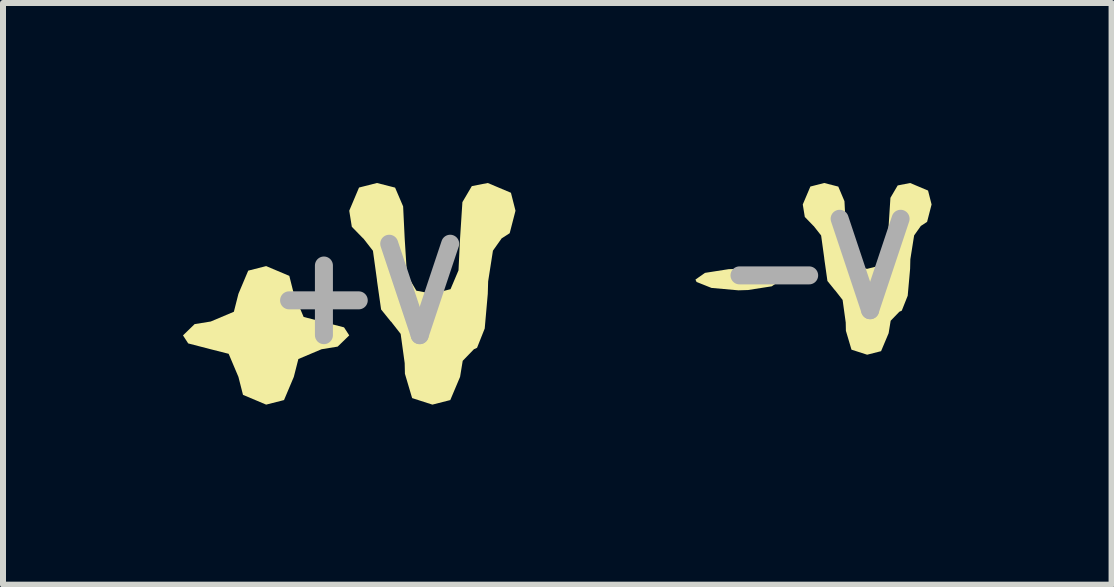
<source format=kicad_pcb>
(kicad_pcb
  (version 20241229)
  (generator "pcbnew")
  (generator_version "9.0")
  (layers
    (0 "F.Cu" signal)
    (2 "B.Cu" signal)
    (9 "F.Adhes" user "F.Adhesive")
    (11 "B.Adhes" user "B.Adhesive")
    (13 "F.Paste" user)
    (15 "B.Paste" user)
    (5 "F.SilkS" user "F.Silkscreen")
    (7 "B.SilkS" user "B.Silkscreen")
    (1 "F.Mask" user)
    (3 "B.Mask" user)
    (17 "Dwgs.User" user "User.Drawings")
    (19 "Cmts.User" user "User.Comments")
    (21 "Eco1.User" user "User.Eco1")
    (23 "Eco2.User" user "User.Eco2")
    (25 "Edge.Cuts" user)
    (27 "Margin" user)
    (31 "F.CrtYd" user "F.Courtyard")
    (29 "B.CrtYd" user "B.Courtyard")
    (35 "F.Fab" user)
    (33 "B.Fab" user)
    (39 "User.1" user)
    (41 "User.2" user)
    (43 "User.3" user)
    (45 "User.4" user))
  (footprint "+V"
    (layer "F.Cu")
    (at 3.002 1.847)
    (property "Reference" "+V" (at 0 0 0) (layer "F.Fab") (effects (font (size 1.524 1.524) (thickness 0.3))))
    (attr board_only exclude_from_pos_files exclude_from_bom)
    (fp_poly (pts (xy -1.23 -0.299) (xy -1.155 0) (xy -0.991 0.386) (xy -0.693 0.462) (xy -0.318 0.559) (xy -0.231 0.693) (xy -0.424 0.88) (xy -0.693 0.924) (xy -1.079 1.087) (xy -1.155 1.385) (xy -1.318 1.771) (xy -1.616 1.847) (xy -2.002 1.684) (xy -2.078 1.385) (xy -2.241 1) (xy -2.54 0.924) (xy -2.915 0.827) (xy -3.002 0.693) (xy -2.808 0.505) (xy -2.54 0.462) (xy -2.154 0.299) (xy -2.078 0) (xy -1.915 -0.386) (xy -1.616 -0.462)) (stroke (width 0) (type solid)) (fill yes) (layer "F.SilkS"))
    (fp_poly (pts (xy 2.464 -1.684) (xy 2.54 -1.385) (xy 2.443 -1.01) (xy 2.309 -0.924) (xy 2.164 -0.719) (xy 2.084 -0.207) (xy 2.078 0) (xy 2.027 0.578) (xy 1.899 0.9) (xy 1.847 0.924) (xy 1.66 1.117) (xy 1.616 1.385) (xy 1.453 1.771) (xy 1.155 1.847) (xy 0.817 1.738) (xy 0.697 1.333) (xy 0.693 1.155) (xy 0.626 0.668) (xy 0.465 0.462) (xy 0.462 0.462) (xy 0.3 0.261) (xy 0.231 -0.222) (xy 0.231 -0.231) (xy 0.164 -0.717) (xy 0.003 -0.924) (xy 0 -0.924) (xy -0.188 -1.117) (xy -0.231 -1.385) (xy -0.068 -1.771) (xy 0.231 -1.847) (xy 0.533 -1.77) (xy 0.667 -1.457) (xy 0.693 -0.924) (xy 0.731 -0.319) (xy 0.888 -0.052) (xy 1.155 0) (xy 1.457 -0.077) (xy 1.59 -0.391) (xy 1.616 -0.924) (xy 1.655 -1.528) (xy 1.812 -1.795) (xy 2.078 -1.847)) (stroke (width 0) (type solid)) (fill yes) (layer "F.SilkS")))
  (footprint "-V"
    (layer "F.Cu")
    (at 10.509 1.431)
    (property "Reference" "-V" (at 0 0 0) (layer "F.Fab") (effects (font (size 1.524 1.524) (thickness 0.3))))
    (attr board_only exclude_from_pos_files exclude_from_bom)
    (fp_poly (pts (xy -0.804 0.04) (xy -0.555 0.139) (xy -0.537 0.179) (xy -0.695 0.291) (xy -1.092 0.353) (xy -1.252 0.358) (xy -1.7 0.318) (xy -1.949 0.219) (xy -1.968 0.179) (xy -1.809 0.067) (xy -1.412 0.005) (xy -1.252 0)) (stroke (width 0) (type solid)) (fill yes) (layer "F.SilkS"))
    (fp_poly (pts (xy 1.909 -1.305) (xy 1.968 -1.073) (xy 1.893 -0.783) (xy 1.789 -0.715) (xy 1.677 -0.557) (xy 1.614 -0.16) (xy 1.61 0) (xy 1.57 0.448) (xy 1.471 0.697) (xy 1.431 0.715) (xy 1.286 0.865) (xy 1.252 1.073) (xy 1.126 1.372) (xy 0.894 1.431) (xy 0.633 1.347) (xy 0.54 1.033) (xy 0.537 0.894) (xy 0.485 0.518) (xy 0.36 0.358) (xy 0.358 0.358) (xy 0.232 0.202) (xy 0.179 -0.172) (xy 0.179 -0.179) (xy 0.127 -0.556) (xy 0.002 -0.715) (xy 0 -0.715) (xy -0.145 -0.865) (xy -0.179 -1.073) (xy -0.052 -1.372) (xy 0.179 -1.431) (xy 0.413 -1.371) (xy 0.516 -1.128) (xy 0.537 -0.715) (xy 0.567 -0.247) (xy 0.688 -0.041) (xy 0.894 0) (xy 1.128 -0.06) (xy 1.232 -0.303) (xy 1.252 -0.715) (xy 1.282 -1.184) (xy 1.403 -1.39) (xy 1.61 -1.431)) (stroke (width 0) (type solid)) (fill yes) (layer "F.SilkS")))
  (gr_rect
    (start -3 -3)
    (end 15.477 6.695)
    (stroke (width 0.1) (type default))
    (fill no)
    (layer "Edge.Cuts")))
</source>
